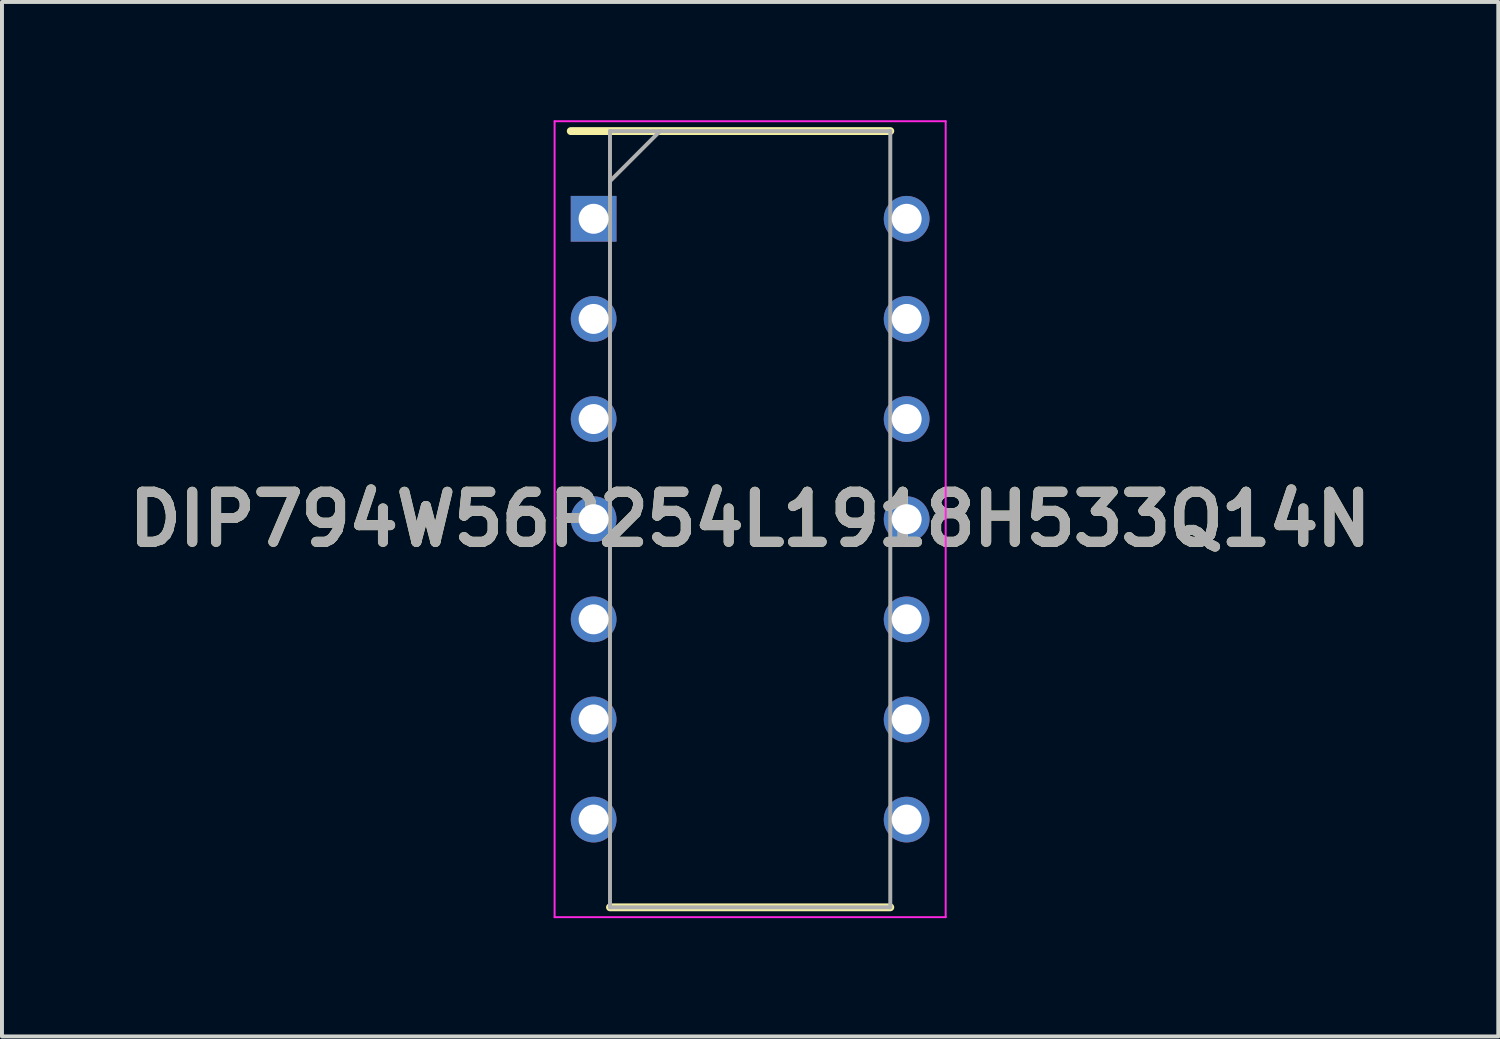
<source format=kicad_pcb>
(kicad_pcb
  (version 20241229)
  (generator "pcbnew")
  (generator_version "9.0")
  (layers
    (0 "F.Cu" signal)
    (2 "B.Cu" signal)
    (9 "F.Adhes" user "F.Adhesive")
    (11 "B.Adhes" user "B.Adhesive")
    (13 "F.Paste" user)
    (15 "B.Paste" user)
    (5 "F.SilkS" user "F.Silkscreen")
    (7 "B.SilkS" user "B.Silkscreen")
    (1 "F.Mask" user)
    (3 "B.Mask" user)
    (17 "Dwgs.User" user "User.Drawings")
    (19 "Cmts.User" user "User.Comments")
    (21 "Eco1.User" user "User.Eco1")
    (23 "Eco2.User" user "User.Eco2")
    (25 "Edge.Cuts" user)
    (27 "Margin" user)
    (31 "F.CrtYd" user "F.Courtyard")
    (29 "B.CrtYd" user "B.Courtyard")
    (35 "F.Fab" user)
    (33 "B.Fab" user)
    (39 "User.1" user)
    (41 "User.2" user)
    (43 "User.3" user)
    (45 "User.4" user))
  (footprint "DIP794W56P254L1918H533Q14N"
    (layer "F.Cu")
    (at 15.978 10.12)
    (property "Reference" "DIP794W56P254L1918H533Q14N" (at 0 0 0) (layer "F.SilkS") (effects (font (size 1.27 1.27) (thickness 0.254))))
    (attr through_hole)
    (fp_line (start -4.55 -9.845) (end 3.555 -9.845) (stroke (width 0.2) (type solid)) (layer "F.SilkS"))
    (fp_line (start -3.555 9.845) (end 3.555 9.845) (stroke (width 0.2) (type solid)) (layer "F.SilkS"))
    (fp_line (start -4.96 -10.095) (end 4.96 -10.095) (stroke (width 0.05) (type solid)) (layer "F.CrtYd"))
    (fp_line (start -4.96 10.095) (end -4.96 -10.095) (stroke (width 0.05) (type solid)) (layer "F.CrtYd"))
    (fp_line (start 4.96 -10.095) (end 4.96 10.095) (stroke (width 0.05) (type solid)) (layer "F.CrtYd"))
    (fp_line (start 4.96 10.095) (end -4.96 10.095) (stroke (width 0.05) (type solid)) (layer "F.CrtYd"))
    (fp_line (start -3.555 -9.845) (end 3.555 -9.845) (stroke (width 0.1) (type solid)) (layer "F.Fab"))
    (fp_line (start -3.555 -8.575) (end -2.285 -9.845) (stroke (width 0.1) (type solid)) (layer "F.Fab"))
    (fp_line (start -3.555 9.845) (end -3.555 -9.845) (stroke (width 0.1) (type solid)) (layer "F.Fab"))
    (fp_line (start 3.555 -9.845) (end 3.555 9.845) (stroke (width 0.1) (type solid)) (layer "F.Fab"))
    (fp_line (start 3.555 9.845) (end -3.555 9.845) (stroke (width 0.1) (type solid)) (layer "F.Fab"))
    (fp_text user "${REFERENCE}" (at 0 0 0) (layer "F.Fab") (effects (font (size 1.27 1.27) (thickness 0.254))))
    (pad "1" thru_hole rect (at -3.97 -7.62) (size 1.16 1.16) (drill 0.76) (layers "*.Cu" "*.Mask"))
    (pad "2" thru_hole circle (at -3.97 -5.08) (size 1.16 1.16) (drill 0.76) (layers "*.Cu" "*.Mask"))
    (pad "3" thru_hole circle (at -3.97 -2.54) (size 1.16 1.16) (drill 0.76) (layers "*.Cu" "*.Mask"))
    (pad "4" thru_hole circle (at -3.97 0) (size 1.16 1.16) (drill 0.76) (layers "*.Cu" "*.Mask"))
    (pad "5" thru_hole circle (at -3.97 2.54) (size 1.16 1.16) (drill 0.76) (layers "*.Cu" "*.Mask"))
    (pad "6" thru_hole circle (at -3.97 5.08) (size 1.16 1.16) (drill 0.76) (layers "*.Cu" "*.Mask"))
    (pad "7" thru_hole circle (at -3.97 7.62) (size 1.16 1.16) (drill 0.76) (layers "*.Cu" "*.Mask"))
    (pad "8" thru_hole circle (at 3.97 7.62) (size 1.16 1.16) (drill 0.76) (layers "*.Cu" "*.Mask"))
    (pad "9" thru_hole circle (at 3.97 5.08) (size 1.16 1.16) (drill 0.76) (layers "*.Cu" "*.Mask"))
    (pad "10" thru_hole circle (at 3.97 2.54) (size 1.16 1.16) (drill 0.76) (layers "*.Cu" "*.Mask"))
    (pad "11" thru_hole circle (at 3.97 0) (size 1.16 1.16) (drill 0.76) (layers "*.Cu" "*.Mask"))
    (pad "12" thru_hole circle (at 3.97 -2.54) (size 1.16 1.16) (drill 0.76) (layers "*.Cu" "*.Mask"))
    (pad "13" thru_hole circle (at 3.97 -5.08) (size 1.16 1.16) (drill 0.76) (layers "*.Cu" "*.Mask"))
    (pad "14" thru_hole circle (at 3.97 -7.62) (size 1.16 1.16) (drill 0.76) (layers "*.Cu" "*.Mask")))
  (gr_rect
    (start -3 -3)
    (end 34.956 23.24)
    (stroke (width 0.1) (type default))
    (fill no)
    (layer "Edge.Cuts")))
</source>
